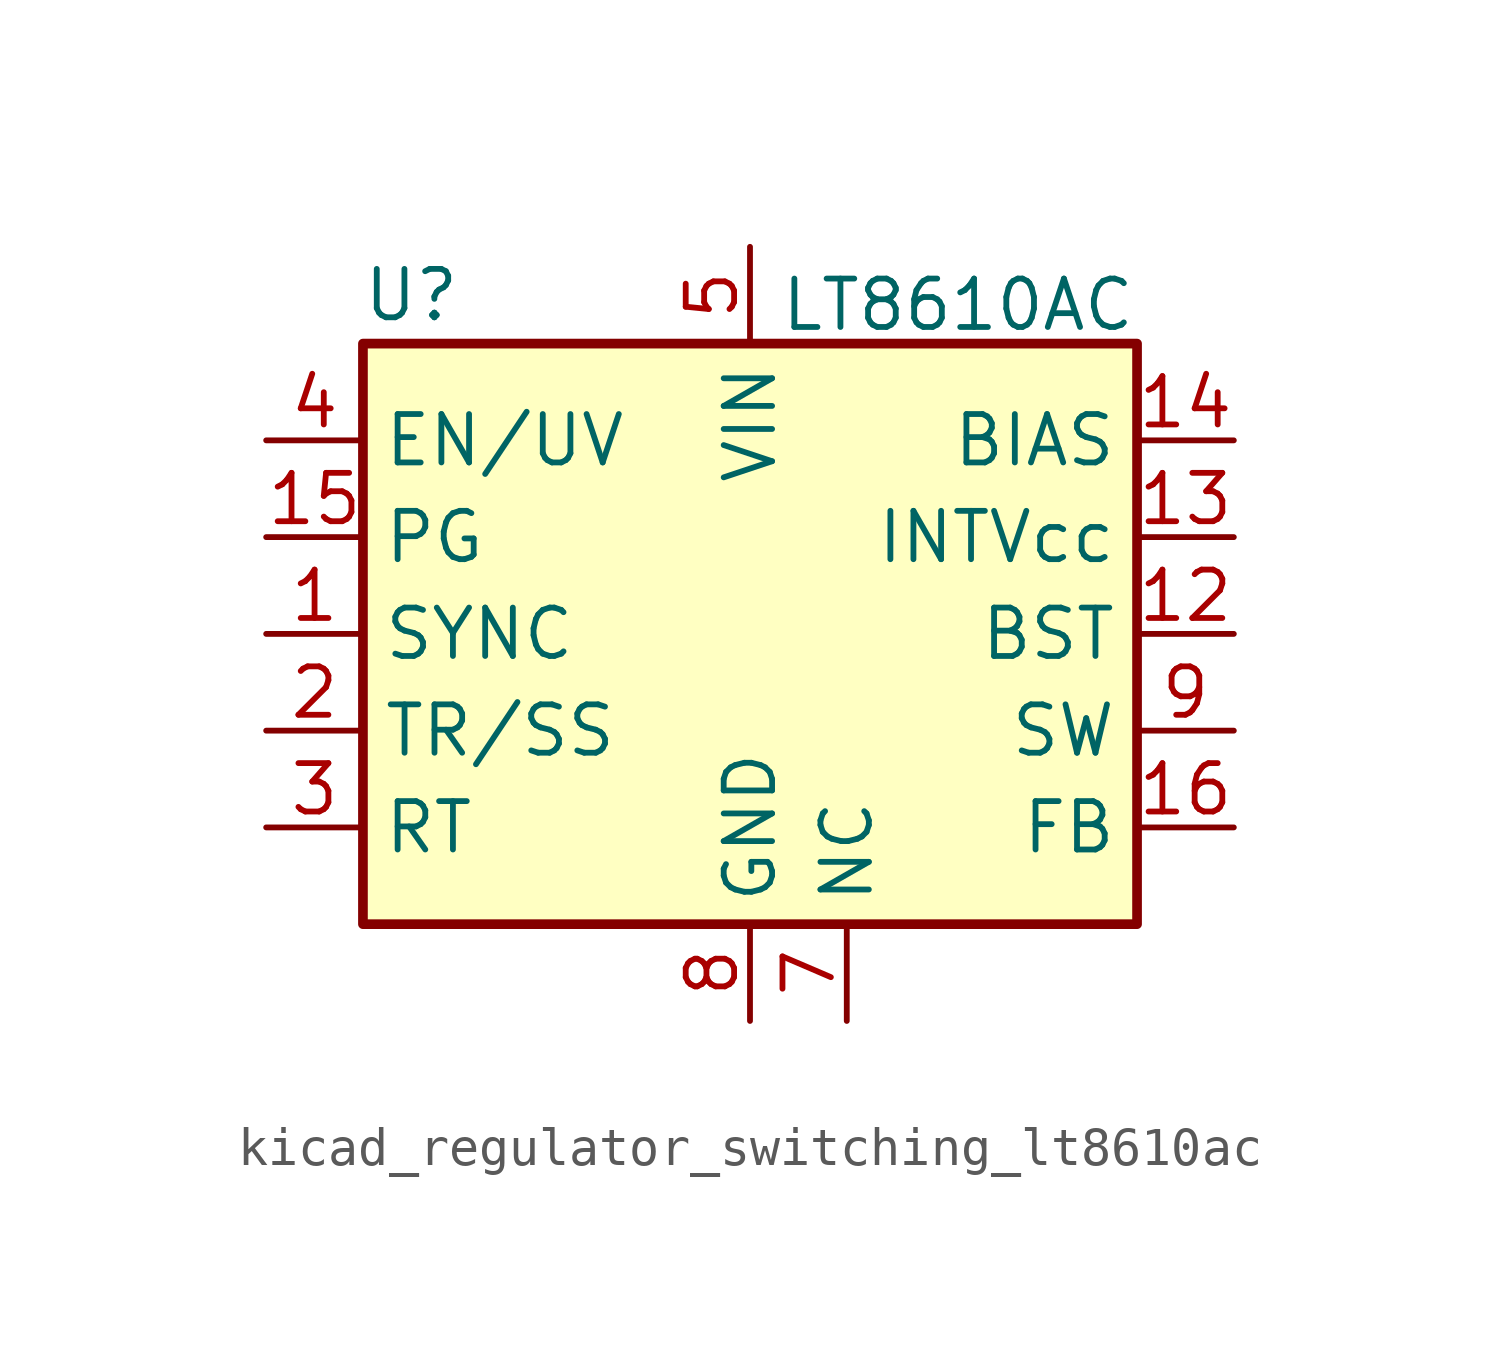
<source format=kicad_sym>
(kicad_symbol_lib
  (version 20220914)
  (generator kicad_symbol_editor)
  (symbol "kicad_regulator_switching_lt8610ac"
    (property "Reference" "U"
      (at -8.89 8.89 0)
      (effects (font (size 1.27 1.27))))
    (property "Value" "LT8610AC"
      (at 0.762 8.636 0)
      (effects (font (size 1.27 1.27)) (justify left)))
    (symbol "kicad_regulator_switching_lt8610ac_0_1"
      (rectangle (start -10.16 7.62) (end 10.16 -7.62) (stroke (width 0.254) (type default)) (fill (type background))))
    (symbol "kicad_regulator_switching_lt8610ac_1_1"
      (pin input line (at -12.7 0 0) (length 2.54) (name "SYNC" (effects (font (size 1.27 1.27)))) (number "1" (effects (font (size 1.27 1.27)))))
      (pin passive line (at 12.7 -2.54 180) (length 2.54) hide (name "SW" (effects (font (size 1.27 1.27)))) (number "10" (effects (font (size 1.27 1.27)))))
      (pin passive line (at 12.7 -2.54 180) (length 2.54) hide (name "SW" (effects (font (size 1.27 1.27)))) (number "11" (effects (font (size 1.27 1.27)))))
      (pin input line (at 12.7 0 180) (length 2.54) (name "BST" (effects (font (size 1.27 1.27)))) (number "12" (effects (font (size 1.27 1.27)))))
      (pin passive line (at 12.7 2.54 180) (length 2.54) (name "INTVcc" (effects (font (size 1.27 1.27)))) (number "13" (effects (font (size 1.27 1.27)))))
      (pin input line (at 12.7 5.08 180) (length 2.54) (name "BIAS" (effects (font (size 1.27 1.27)))) (number "14" (effects (font (size 1.27 1.27)))))
      (pin open_collector line (at -12.7 2.54 0) (length 2.54) (name "PG" (effects (font (size 1.27 1.27)))) (number "15" (effects (font (size 1.27 1.27)))))
      (pin input line (at 12.7 -5.08 180) (length 2.54) (name "FB" (effects (font (size 1.27 1.27)))) (number "16" (effects (font (size 1.27 1.27)))))
      (pin passive line (at 0 -10.16 90) (length 2.54) hide (name "GND" (effects (font (size 1.27 1.27)))) (number "17" (effects (font (size 1.27 1.27)))))
      (pin input line (at -12.7 -2.54 0) (length 2.54) (name "TR/SS" (effects (font (size 1.27 1.27)))) (number "2" (effects (font (size 1.27 1.27)))))
      (pin passive line (at -12.7 -5.08 0) (length 2.54) (name "RT" (effects (font (size 1.27 1.27)))) (number "3" (effects (font (size 1.27 1.27)))))
      (pin input line (at -12.7 5.08 0) (length 2.54) (name "EN/UV" (effects (font (size 1.27 1.27)))) (number "4" (effects (font (size 1.27 1.27)))))
      (pin power_in line (at 0 10.16 270) (length 2.54) (name "VIN" (effects (font (size 1.27 1.27)))) (number "5" (effects (font (size 1.27 1.27)))))
      (pin passive line (at 0 10.16 270) (length 2.54) hide (name "VIN" (effects (font (size 1.27 1.27)))) (number "6" (effects (font (size 1.27 1.27)))))
      (pin passive line (at 2.54 -10.16 90) (length 2.54) (name "NC" (effects (font (size 1.27 1.27)))) (number "7" (effects (font (size 1.27 1.27)))))
      (pin power_in line (at 0 -10.16 90) (length 2.54) (name "GND" (effects (font (size 1.27 1.27)))) (number "8" (effects (font (size 1.27 1.27)))))
      (pin output line (at 12.7 -2.54 180) (length 2.54) (name "SW" (effects (font (size 1.27 1.27)))) (number "9" (effects (font (size 1.27 1.27))))))))
</source>
